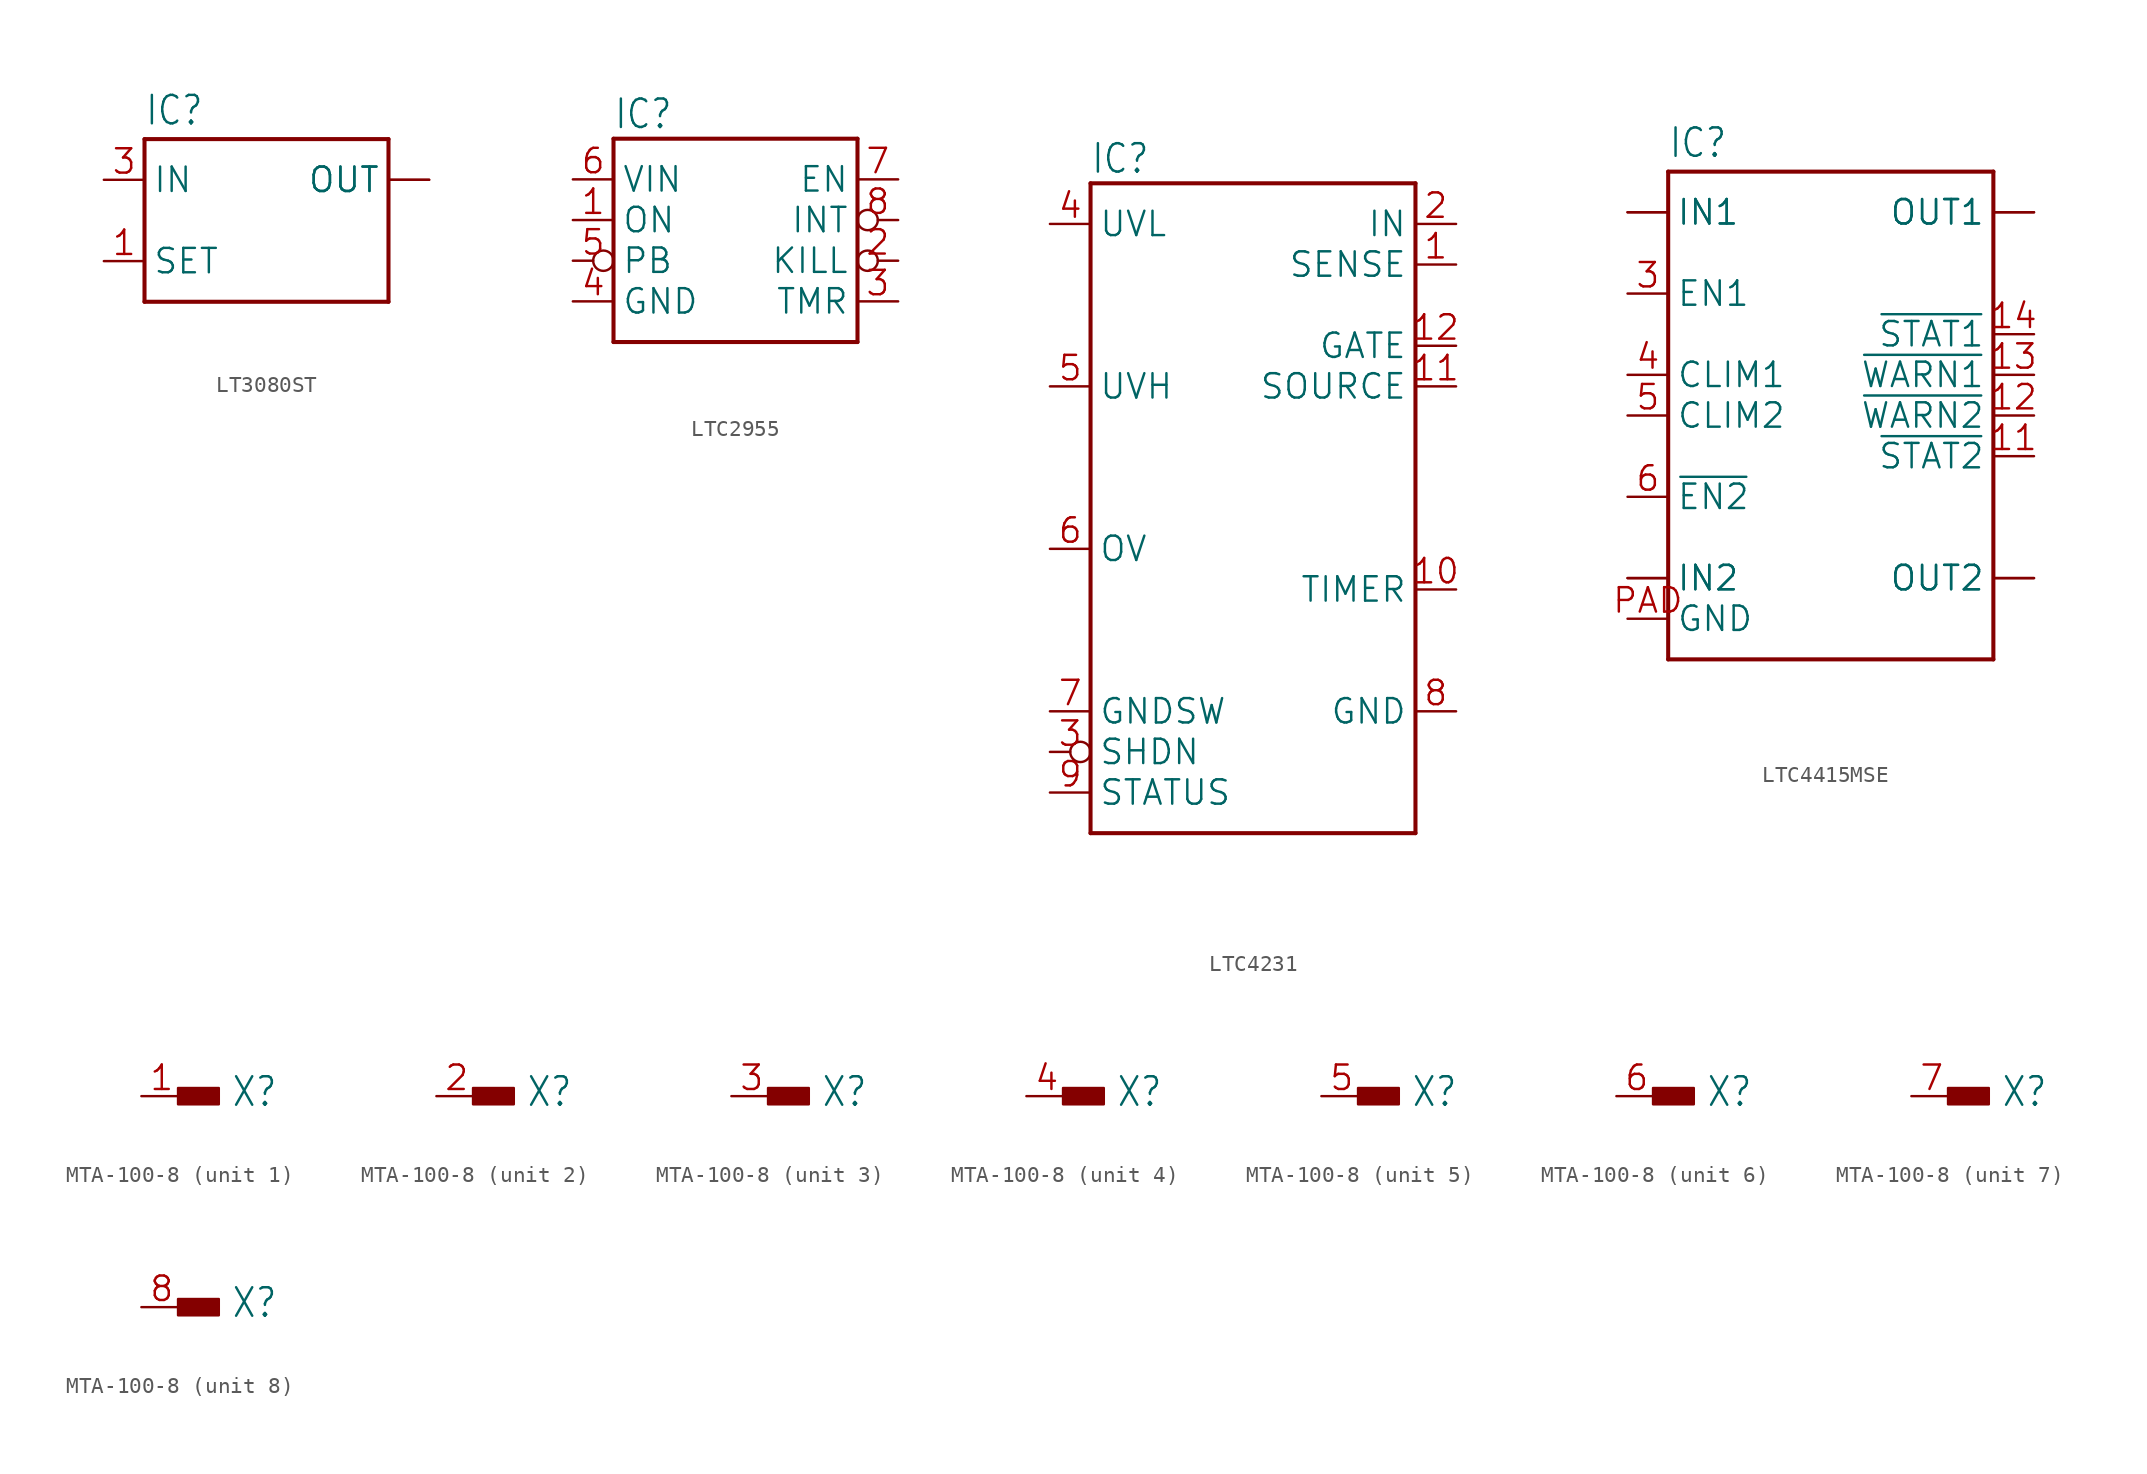
<source format=kicad_sym>
(kicad_symbol_lib
  (version 20241209)
  (generator "kicad_symbol_editor")
  (generator_version "9.0")
  (symbol "LT3080ST"
    (property "Reference" "IC"
      (at -7.62 8.382 0)
      (effects (font (size 1.778 1.511)) (justify left bottom)))
    (property "Value" ""
      (at -7.62 -5.08 0)
      (effects (font (size 1.778 1.511)) (justify left bottom)))
    (property "ki_locked" ""
      (at 0 0 0)
      (effects (font (size 1.27 1.27))))
    (symbol "LT3080ST_1_0"
      (polyline (pts (xy -7.62 7.62) (xy -7.62 -2.54)) (stroke (width 0.254) (type solid)) (fill (type none)))
      (polyline (pts (xy -7.62 -2.54) (xy 7.62 -2.54)) (stroke (width 0.254) (type solid)) (fill (type none)))
      (polyline (pts (xy 7.62 7.62) (xy -7.62 7.62)) (stroke (width 0.254) (type solid)) (fill (type none)))
      (polyline (pts (xy 7.62 -2.54) (xy 7.62 7.62)) (stroke (width 0.254) (type solid)) (fill (type none)))
      (pin power_in line (at -10.16 5.08 0) (length 2.54) (name "IN" (effects (font (size 1.524 1.524)))) (number "3" (effects (font (size 1.524 1.524)))))
      (pin bidirectional line (at -10.16 0 0) (length 2.54) (name "SET" (effects (font (size 1.524 1.524)))) (number "1" (effects (font (size 1.524 1.524)))))
      (pin power_in line (at 10.16 5.08 180) (length 2.54) (name "OUT" (effects (font (size 1.524 1.524)))) (number "2" (effects (font (size 0 0)))))
      (pin power_in line (at 10.16 5.08 180) (length 2.54) (name "OUT" (effects (font (size 1.524 1.524)))) (number "4" (effects (font (size 0 0)))))))
  (symbol "LTC2955"
    (property "Reference" "IC"
      (at -7.62 5.588 0)
      (effects (font (size 1.778 1.511)) (justify left bottom)))
    (property "Value" ""
      (at -7.62 -10.16 0)
      (effects (font (size 1.778 1.511)) (justify left bottom)))
    (property "ki_locked" ""
      (at 0 0 0)
      (effects (font (size 1.27 1.27))))
    (symbol "LTC2955_1_0"
      (polyline (pts (xy -7.62 5.08) (xy 7.62 5.08)) (stroke (width 0.254) (type solid)) (fill (type none)))
      (polyline (pts (xy -7.62 -7.62) (xy -7.62 5.08)) (stroke (width 0.254) (type solid)) (fill (type none)))
      (polyline (pts (xy 7.62 5.08) (xy 7.62 -7.62)) (stroke (width 0.254) (type solid)) (fill (type none)))
      (polyline (pts (xy 7.62 -7.62) (xy -7.62 -7.62)) (stroke (width 0.254) (type solid)) (fill (type none)))
      (pin bidirectional line (at -10.16 2.54 0) (length 2.54) (name "VIN" (effects (font (size 1.524 1.524)))) (number "6" (effects (font (size 1.524 1.524)))))
      (pin bidirectional line (at -10.16 0 0) (length 2.54) (name "ON" (effects (font (size 1.524 1.524)))) (number "1" (effects (font (size 1.524 1.524)))))
      (pin bidirectional inverted (at -10.16 -2.54 0) (length 2.54) (name "PB" (effects (font (size 1.524 1.524)))) (number "5" (effects (font (size 1.524 1.524)))))
      (pin bidirectional line (at -10.16 -5.08 0) (length 2.54) (name "GND" (effects (font (size 1.524 1.524)))) (number "4" (effects (font (size 1.524 1.524)))))
      (pin bidirectional line (at 10.16 2.54 180) (length 2.54) (name "EN" (effects (font (size 1.524 1.524)))) (number "7" (effects (font (size 1.524 1.524)))))
      (pin bidirectional inverted (at 10.16 0 180) (length 2.54) (name "INT" (effects (font (size 1.524 1.524)))) (number "8" (effects (font (size 1.524 1.524)))))
      (pin bidirectional inverted (at 10.16 -2.54 180) (length 2.54) (name "KILL" (effects (font (size 1.524 1.524)))) (number "2" (effects (font (size 1.524 1.524)))))
      (pin bidirectional line (at 10.16 -5.08 180) (length 2.54) (name "TMR" (effects (font (size 1.524 1.524)))) (number "3" (effects (font (size 1.524 1.524)))))))
  (symbol "LTC4231"
    (property "Reference" "IC"
      (at -10.16 18.288 0)
      (effects (font (size 1.778 1.511)) (justify left bottom)))
    (property "Value" ""
      (at -10.16 -25.4 0)
      (effects (font (size 1.778 1.511)) (justify left bottom)))
    (property "ki_locked" ""
      (at 0 0 0)
      (effects (font (size 1.27 1.27))))
    (symbol "LTC4231_1_0"
      (polyline (pts (xy -10.16 17.78) (xy 10.16 17.78)) (stroke (width 0.254) (type solid)) (fill (type none)))
      (polyline (pts (xy -10.16 -22.86) (xy -10.16 17.78)) (stroke (width 0.254) (type solid)) (fill (type none)))
      (polyline (pts (xy 10.16 17.78) (xy 10.16 -22.86)) (stroke (width 0.254) (type solid)) (fill (type none)))
      (polyline (pts (xy 10.16 -22.86) (xy -10.16 -22.86)) (stroke (width 0.254) (type solid)) (fill (type none)))
      (pin bidirectional line (at -12.7 15.24 0) (length 2.54) (name "UVL" (effects (font (size 1.524 1.524)))) (number "4" (effects (font (size 1.524 1.524)))))
      (pin bidirectional line (at -12.7 5.08 0) (length 2.54) (name "UVH" (effects (font (size 1.524 1.524)))) (number "5" (effects (font (size 1.524 1.524)))))
      (pin bidirectional line (at -12.7 -5.08 0) (length 2.54) (name "OV" (effects (font (size 1.524 1.524)))) (number "6" (effects (font (size 1.524 1.524)))))
      (pin bidirectional line (at -12.7 -15.24 0) (length 2.54) (name "GNDSW" (effects (font (size 1.524 1.524)))) (number "7" (effects (font (size 1.524 1.524)))))
      (pin bidirectional inverted (at -12.7 -17.78 0) (length 2.54) (name "SHDN" (effects (font (size 1.524 1.524)))) (number "3" (effects (font (size 1.524 1.524)))))
      (pin bidirectional line (at -12.7 -20.32 0) (length 2.54) (name "STATUS" (effects (font (size 1.524 1.524)))) (number "9" (effects (font (size 1.524 1.524)))))
      (pin bidirectional line (at 12.7 15.24 180) (length 2.54) (name "IN" (effects (font (size 1.524 1.524)))) (number "2" (effects (font (size 1.524 1.524)))))
      (pin bidirectional line (at 12.7 12.7 180) (length 2.54) (name "SENSE" (effects (font (size 1.524 1.524)))) (number "1" (effects (font (size 1.524 1.524)))))
      (pin bidirectional line (at 12.7 7.62 180) (length 2.54) (name "GATE" (effects (font (size 1.524 1.524)))) (number "12" (effects (font (size 1.524 1.524)))))
      (pin bidirectional line (at 12.7 5.08 180) (length 2.54) (name "SOURCE" (effects (font (size 1.524 1.524)))) (number "11" (effects (font (size 1.524 1.524)))))
      (pin bidirectional line (at 12.7 -7.62 180) (length 2.54) (name "TIMER" (effects (font (size 1.524 1.524)))) (number "10" (effects (font (size 1.524 1.524)))))
      (pin bidirectional line (at 12.7 -15.24 180) (length 2.54) (name "GND" (effects (font (size 1.524 1.524)))) (number "8" (effects (font (size 1.524 1.524)))))))
  (symbol "LTC4415MSE"
    (property "Reference" "IC"
      (at -10.16 8.382 0)
      (effects (font (size 1.778 1.511)) (justify left bottom)))
    (property "Value" ""
      (at -10.16 -25.4 0)
      (effects (font (size 1.778 1.511)) (justify left bottom)))
    (property "ki_locked" ""
      (at 0 0 0)
      (effects (font (size 1.27 1.27))))
    (symbol "LTC4415MSE_1_0"
      (polyline (pts (xy -10.16 7.62) (xy -10.16 -22.86)) (stroke (width 0.254) (type solid)) (fill (type none)))
      (polyline (pts (xy -10.16 -22.86) (xy 10.16 -22.86)) (stroke (width 0.254) (type solid)) (fill (type none)))
      (polyline (pts (xy 10.16 7.62) (xy -10.16 7.62)) (stroke (width 0.254) (type solid)) (fill (type none)))
      (polyline (pts (xy 10.16 -22.86) (xy 10.16 7.62)) (stroke (width 0.254) (type solid)) (fill (type none)))
      (pin bidirectional line (at -12.7 5.08 0) (length 2.54) (name "IN1" (effects (font (size 1.524 1.524)))) (number "1" (effects (font (size 0 0)))))
      (pin bidirectional line (at -12.7 5.08 0) (length 2.54) (name "IN1" (effects (font (size 1.524 1.524)))) (number "2" (effects (font (size 0 0)))))
      (pin bidirectional line (at -12.7 0 0) (length 2.54) (name "EN1" (effects (font (size 1.524 1.524)))) (number "3" (effects (font (size 1.524 1.524)))))
      (pin bidirectional line (at -12.7 -5.08 0) (length 2.54) (name "CLIM1" (effects (font (size 1.524 1.524)))) (number "4" (effects (font (size 1.524 1.524)))))
      (pin bidirectional line (at -12.7 -7.62 0) (length 2.54) (name "CLIM2" (effects (font (size 1.524 1.524)))) (number "5" (effects (font (size 1.524 1.524)))))
      (pin bidirectional line (at -12.7 -12.7 0) (length 2.54) (name "~{EN2}" (effects (font (size 1.524 1.524)))) (number "6" (effects (font (size 1.524 1.524)))))
      (pin bidirectional line (at -12.7 -17.78 0) (length 2.54) (name "IN2" (effects (font (size 1.524 1.524)))) (number "7" (effects (font (size 0 0)))))
      (pin bidirectional line (at -12.7 -17.78 0) (length 2.54) (name "IN2" (effects (font (size 1.524 1.524)))) (number "8" (effects (font (size 0 0)))))
      (pin bidirectional line (at -12.7 -20.32 0) (length 2.54) (name "GND" (effects (font (size 1.524 1.524)))) (number "PAD" (effects (font (size 1.524 1.524)))))
      (pin bidirectional line (at 12.7 5.08 180) (length 2.54) (name "OUT1" (effects (font (size 1.524 1.524)))) (number "15" (effects (font (size 0 0)))))
      (pin bidirectional line (at 12.7 5.08 180) (length 2.54) (name "OUT1" (effects (font (size 1.524 1.524)))) (number "16" (effects (font (size 0 0)))))
      (pin bidirectional line (at 12.7 -2.54 180) (length 2.54) (name "~{STAT1}" (effects (font (size 1.524 1.524)))) (number "14" (effects (font (size 1.524 1.524)))))
      (pin bidirectional line (at 12.7 -5.08 180) (length 2.54) (name "~{WARN1}" (effects (font (size 1.524 1.524)))) (number "13" (effects (font (size 1.524 1.524)))))
      (pin bidirectional line (at 12.7 -7.62 180) (length 2.54) (name "~{WARN2}" (effects (font (size 1.524 1.524)))) (number "12" (effects (font (size 1.524 1.524)))))
      (pin bidirectional line (at 12.7 -10.16 180) (length 2.54) (name "~{STAT2}" (effects (font (size 1.524 1.524)))) (number "11" (effects (font (size 1.524 1.524)))))
      (pin bidirectional line (at 12.7 -17.78 180) (length 2.54) (name "OUT2" (effects (font (size 1.524 1.524)))) (number "10" (effects (font (size 0 0)))))
      (pin bidirectional line (at 12.7 -17.78 180) (length 2.54) (name "OUT2" (effects (font (size 1.524 1.524)))) (number "9" (effects (font (size 0 0)))))))
  (symbol "MTA-100-8"
    (property "Reference" "X"
      (at 5.588 -0.762 0)
      (effects (font (size 1.778 1.511)) (justify left bottom)))
    (property "Value" ""
      (at -2.54 -3.302 0)
      (effects (font (size 1.778 1.511)) (justify left bottom)))
    (property "ki_locked" ""
      (at 0 0 0)
      (effects (font (size 1.27 1.27))))
    (symbol "MTA-100-8_1_0"
      (rectangle (start 2.286 -0.508) (end 4.826 0.508) (stroke (width 0) (type default)) (fill (type outline)))
      (pin bidirectional line (at 0 0 0) (length 2.54) (name "-1" (effects (font (size 0 0)))) (number "1" (effects (font (size 1.524 1.524))))))
    (symbol "MTA-100-8_2_0"
      (rectangle (start 2.286 -0.508) (end 4.826 0.508) (stroke (width 0) (type default)) (fill (type outline)))
      (pin bidirectional line (at 0 0 0) (length 2.54) (name "-1" (effects (font (size 0 0)))) (number "2" (effects (font (size 1.524 1.524))))))
    (symbol "MTA-100-8_3_0"
      (rectangle (start 2.286 -0.508) (end 4.826 0.508) (stroke (width 0) (type default)) (fill (type outline)))
      (pin bidirectional line (at 0 0 0) (length 2.54) (name "-1" (effects (font (size 0 0)))) (number "3" (effects (font (size 1.524 1.524))))))
    (symbol "MTA-100-8_4_0"
      (rectangle (start 2.286 -0.508) (end 4.826 0.508) (stroke (width 0) (type default)) (fill (type outline)))
      (pin bidirectional line (at 0 0 0) (length 2.54) (name "-1" (effects (font (size 0 0)))) (number "4" (effects (font (size 1.524 1.524))))))
    (symbol "MTA-100-8_5_0"
      (rectangle (start 2.286 -0.508) (end 4.826 0.508) (stroke (width 0) (type default)) (fill (type outline)))
      (pin bidirectional line (at 0 0 0) (length 2.54) (name "-1" (effects (font (size 0 0)))) (number "5" (effects (font (size 1.524 1.524))))))
    (symbol "MTA-100-8_6_0"
      (rectangle (start 2.286 -0.508) (end 4.826 0.508) (stroke (width 0) (type default)) (fill (type outline)))
      (pin bidirectional line (at 0 0 0) (length 2.54) (name "-1" (effects (font (size 0 0)))) (number "6" (effects (font (size 1.524 1.524))))))
    (symbol "MTA-100-8_7_0"
      (rectangle (start 2.286 -0.508) (end 4.826 0.508) (stroke (width 0) (type default)) (fill (type outline)))
      (pin bidirectional line (at 0 0 0) (length 2.54) (name "-1" (effects (font (size 0 0)))) (number "7" (effects (font (size 1.524 1.524))))))
    (symbol "MTA-100-8_8_0"
      (rectangle (start 2.286 -0.508) (end 4.826 0.508) (stroke (width 0) (type default)) (fill (type outline)))
      (pin bidirectional line (at 0 0 0) (length 2.54) (name "-1" (effects (font (size 0 0)))) (number "8" (effects (font (size 1.524 1.524))))))))
</source>
